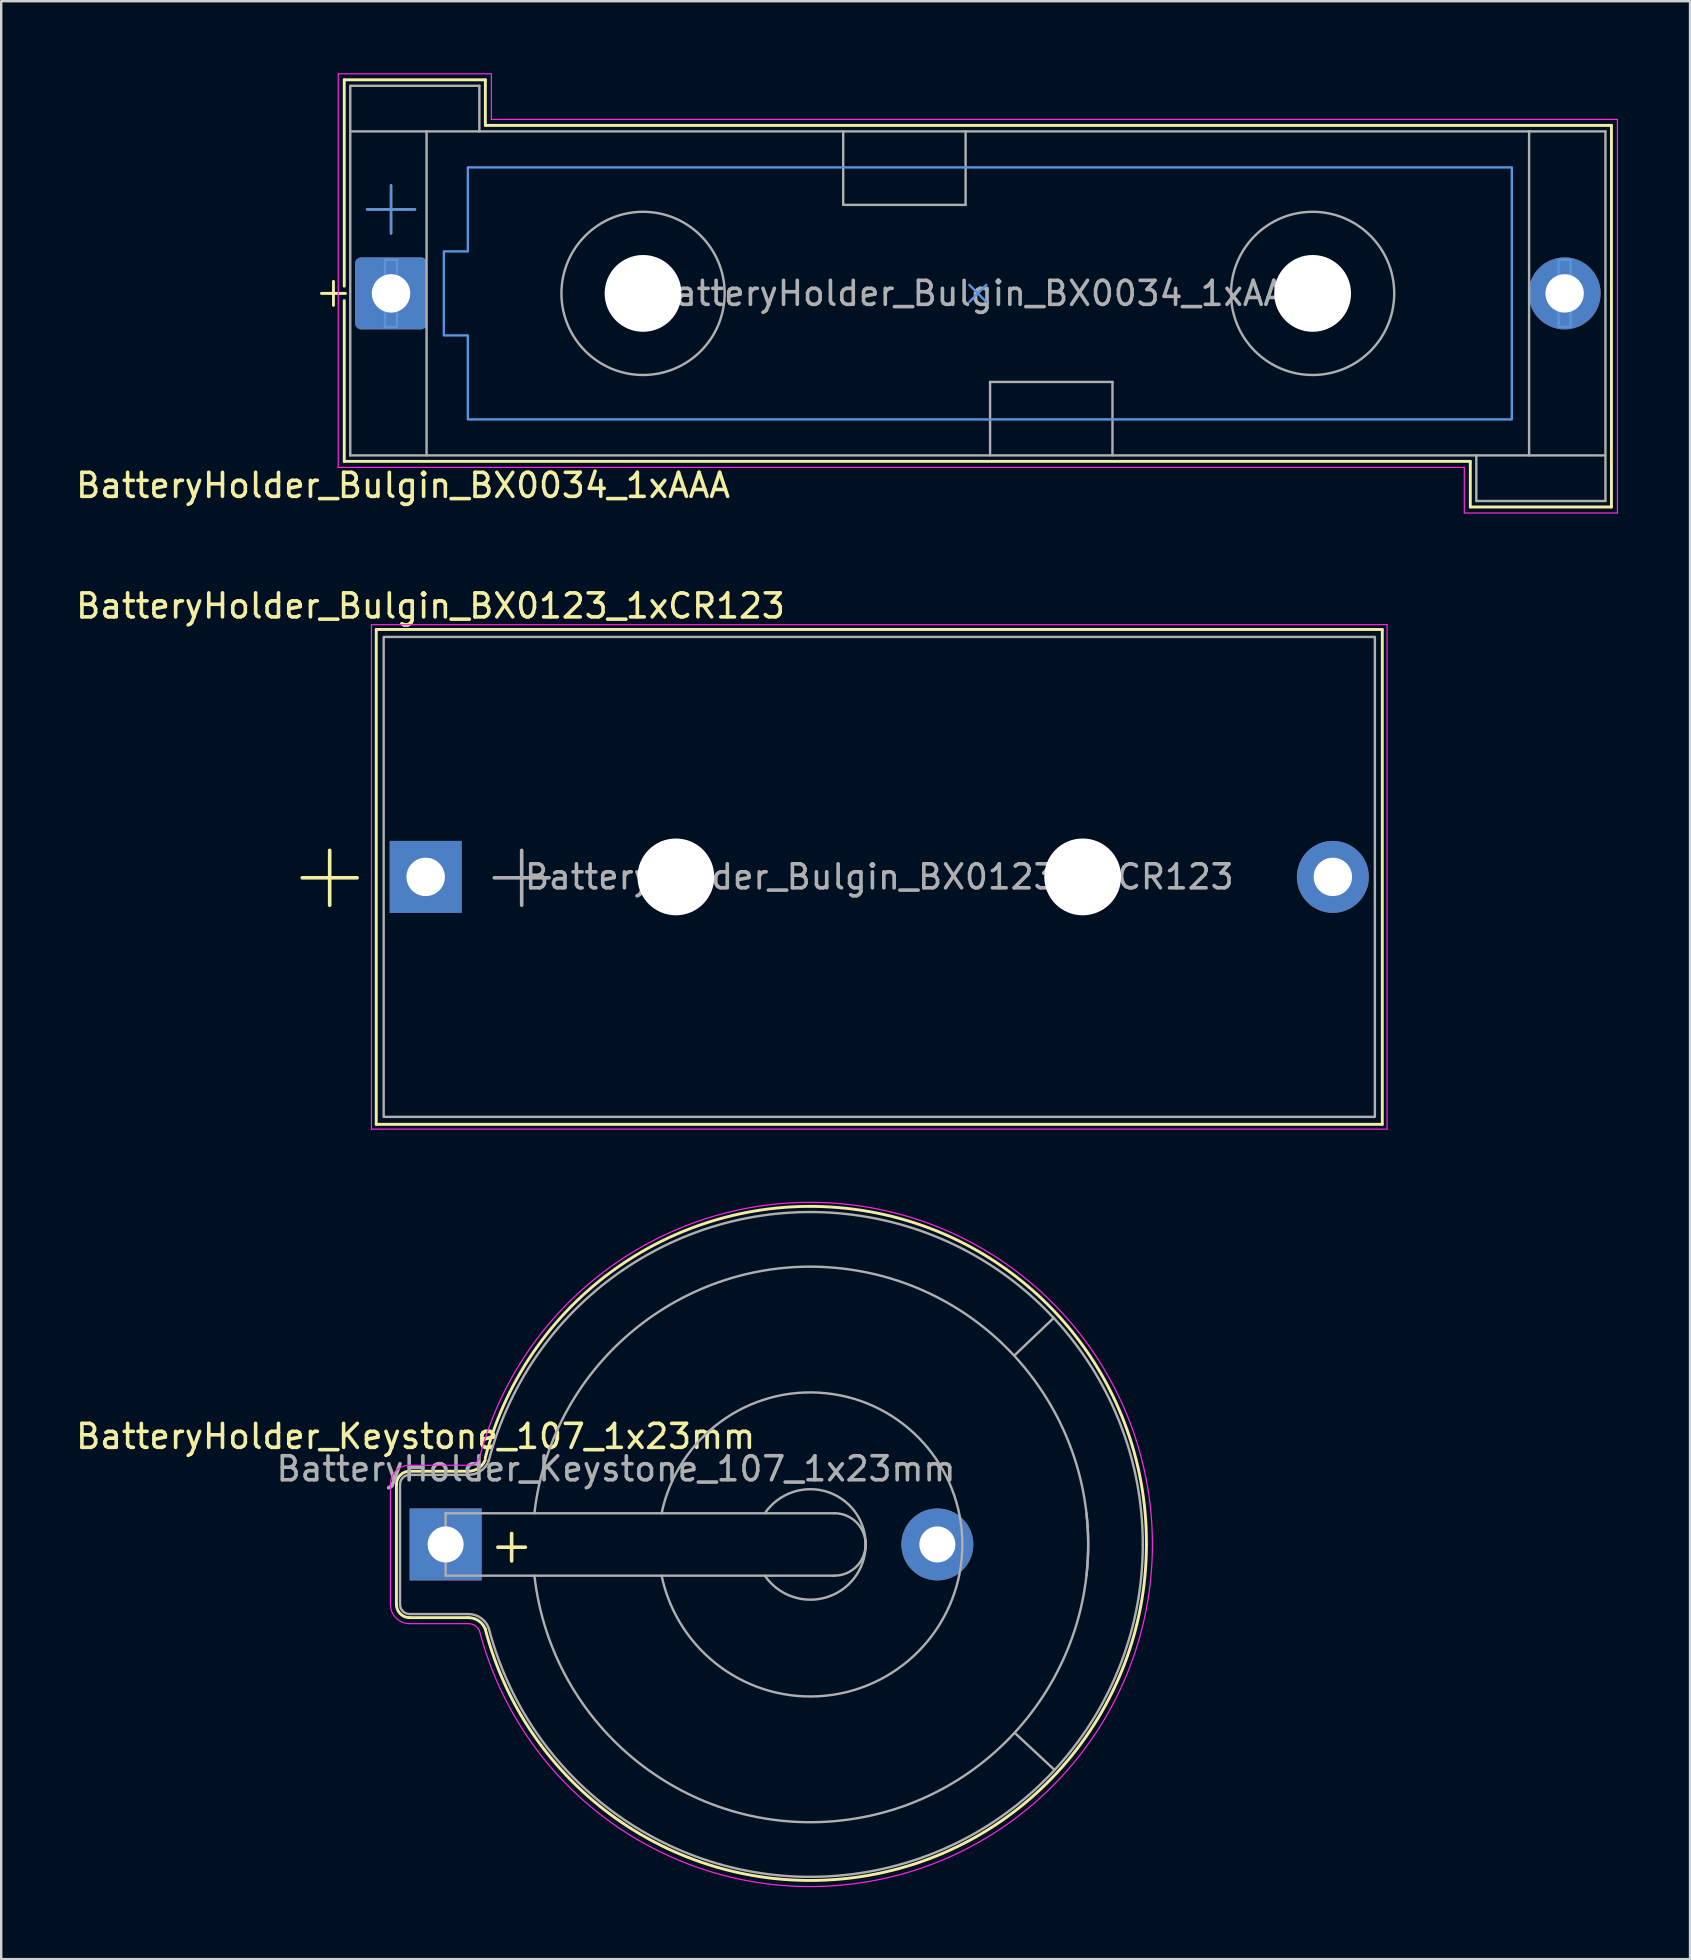
<source format=kicad_pcb>
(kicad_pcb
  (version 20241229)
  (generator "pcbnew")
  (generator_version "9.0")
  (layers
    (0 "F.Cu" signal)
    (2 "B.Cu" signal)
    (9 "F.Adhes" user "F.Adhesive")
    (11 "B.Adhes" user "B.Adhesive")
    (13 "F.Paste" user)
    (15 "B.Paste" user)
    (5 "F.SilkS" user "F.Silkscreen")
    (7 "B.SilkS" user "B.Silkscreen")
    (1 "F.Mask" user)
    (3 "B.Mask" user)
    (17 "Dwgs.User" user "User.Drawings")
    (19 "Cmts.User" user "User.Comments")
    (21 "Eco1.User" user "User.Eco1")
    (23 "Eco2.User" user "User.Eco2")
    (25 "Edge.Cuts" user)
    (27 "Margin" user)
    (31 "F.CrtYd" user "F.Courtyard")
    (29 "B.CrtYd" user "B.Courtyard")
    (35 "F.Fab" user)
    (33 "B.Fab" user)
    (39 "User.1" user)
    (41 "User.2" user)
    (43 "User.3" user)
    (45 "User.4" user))
  (footprint "BatteryHolder_Bulgin_BX0034_1xAAA"
    (layer "F.Cu")
    (at 13.244 9.175)
    (property "Reference" "BatteryHolder_Bulgin_BX0034_1xAAA" (at 0.5 8 0) (layer "F.SilkS") (effects (font (size 1 1) (thickness 0.15))))
    (attr through_hole)
    (fp_line (start -2.4 -0.5) (end -2.4 0.5) (stroke (width 0.12) (type default)) (layer "F.SilkS"))
    (fp_line (start -1.95 -0.3) (end -1.95 -8.9) (stroke (width 0.12) (type default)) (layer "F.SilkS"))
    (fp_line (start -1.95 7) (end -1.95 0.3) (stroke (width 0.12) (type default)) (layer "F.SilkS"))
    (fp_line (start -1.95 7) (end 44.97 7) (stroke (width 0.12) (type default)) (layer "F.SilkS"))
    (fp_line (start -1.9 0) (end -2.9 0) (stroke (width 0.12) (type default)) (layer "F.SilkS"))
    (fp_line (start 3.93 -8.9) (end -1.95 -8.9) (stroke (width 0.12) (type default)) (layer "F.SilkS"))
    (fp_line (start 3.93 -8.9) (end 3.93 -7) (stroke (width 0.12) (type default)) (layer "F.SilkS"))
    (fp_line (start 44.97 8.9) (end 44.97 7) (stroke (width 0.12) (type default)) (layer "F.SilkS"))
    (fp_line (start 44.97 8.9) (end 50.85 8.9) (stroke (width 0.12) (type default)) (layer "F.SilkS"))
    (fp_line (start 50.85 -7) (end 3.93 -7) (stroke (width 0.12) (type default)) (layer "F.SilkS"))
    (fp_line (start 50.85 -7) (end 50.85 8.9) (stroke (width 0.12) (type default)) (layer "F.SilkS"))
    (fp_line (start -1 -3.5) (end 1 -3.5) (stroke (width 0.1) (type default)) (layer "Cmts.User"))
    (fp_line (start 0 -4.5) (end 0 -2.5) (stroke (width 0.1) (type default)) (layer "Cmts.User"))
    (fp_line (start 24.096 -0.354) (end 24.804 0.354) (stroke (width 0.1) (type default)) (layer "Cmts.User"))
    (fp_line (start 24.096 0.354) (end 24.804 -0.354) (stroke (width 0.1) (type solid)) (layer "Cmts.User"))
    (fp_rect (start -0.25 -1.4) (end 0.25 1.4) (stroke (width 0.1) (type default)) (fill no) (layer "Cmts.User"))
    (fp_rect (start 48.65 -1.4) (end 49.15 1.4) (stroke (width 0.1) (type default)) (fill no) (layer "Cmts.User"))
    (fp_poly (pts (xy 46.7 5.25) (xy 46.7 -5.25) (xy 3.2 -5.25) (xy 3.2 -1.75) (xy 2.2 -1.75) (xy 2.2 1.75) (xy 3.2 1.75) (xy 3.2 5.25)) (stroke (width 0.1) (type solid)) (fill no) (layer "Cmts.User"))
    (fp_line (start -2.2 7.25) (end -2.2 -9.15) (stroke (width 0.05) (type solid)) (layer "F.CrtYd"))
    (fp_line (start 4.18 -9.15) (end -2.2 -9.15) (stroke (width 0.05) (type solid)) (layer "F.CrtYd"))
    (fp_line (start 4.18 -7.25) (end 4.18 -9.15) (stroke (width 0.05) (type default)) (layer "F.CrtYd"))
    (fp_line (start 4.18 -7.25) (end 51.1 -7.25) (stroke (width 0.05) (type solid)) (layer "F.CrtYd"))
    (fp_line (start 44.72 7.25) (end -2.2 7.25) (stroke (width 0.05) (type solid)) (layer "F.CrtYd"))
    (fp_line (start 44.72 7.25) (end 44.72 9.15) (stroke (width 0.05) (type default)) (layer "F.CrtYd"))
    (fp_line (start 44.72 9.15) (end 51.1 9.15) (stroke (width 0.05) (type solid)) (layer "F.CrtYd"))
    (fp_line (start 51.1 9.15) (end 51.1 -7.25) (stroke (width 0.05) (type solid)) (layer "F.CrtYd"))
    (fp_line (start -1.7 -8.65) (end 3.68 -8.65) (stroke (width 0.1) (type default)) (layer "F.Fab"))
    (fp_line (start -1.7 -6.75) (end 50.6 -6.75) (stroke (width 0.1) (type default)) (layer "F.Fab"))
    (fp_line (start -1.7 6.75) (end -1.7 -8.65) (stroke (width 0.1) (type default)) (layer "F.Fab"))
    (fp_line (start -1.7 6.75) (end 50.6 6.75) (stroke (width 0.1) (type default)) (layer "F.Fab"))
    (fp_line (start -1 -3.5) (end 1 -3.5) (stroke (width 0.1) (type default)) (layer "F.Fab"))
    (fp_line (start 0 -4.5) (end 0 -2.5) (stroke (width 0.1) (type default)) (layer "F.Fab"))
    (fp_line (start 1.48 6.75) (end 1.48 -6.75) (stroke (width 0.1) (type default)) (layer "F.Fab"))
    (fp_line (start 3.68 -8.65) (end 3.68 -6.75) (stroke (width 0.1) (type default)) (layer "F.Fab"))
    (fp_line (start 18.84 -3.69) (end 18.84 -6.75) (stroke (width 0.1) (type default)) (layer "F.Fab"))
    (fp_line (start 23.94 -6.75) (end 23.94 -3.69) (stroke (width 0.1) (type default)) (layer "F.Fab"))
    (fp_line (start 23.94 -3.69) (end 18.84 -3.69) (stroke (width 0.1) (type default)) (layer "F.Fab"))
    (fp_line (start 24.96 3.69) (end 30.06 3.69) (stroke (width 0.1) (type default)) (layer "F.Fab"))
    (fp_line (start 24.96 6.75) (end 24.96 3.69) (stroke (width 0.1) (type default)) (layer "F.Fab"))
    (fp_line (start 30.06 3.69) (end 30.06 6.75) (stroke (width 0.1) (type default)) (layer "F.Fab"))
    (fp_line (start 45.22 8.65) (end 45.22 6.75) (stroke (width 0.1) (type default)) (layer "F.Fab"))
    (fp_line (start 47.42 -6.75) (end 47.42 6.75) (stroke (width 0.1) (type default)) (layer "F.Fab"))
    (fp_line (start 50.6 8.65) (end 45.22 8.65) (stroke (width 0.1) (type default)) (layer "F.Fab"))
    (fp_line (start 50.6 8.65) (end 50.6 -6.75) (stroke (width 0.1) (type default)) (layer "F.Fab"))
    (fp_circle (center 10.5 0) (end 13.9 0) (stroke (width 0.1) (type default)) (fill no) (layer "F.Fab"))
    (fp_circle (center 38.4 0) (end 41.8 0) (stroke (width 0.1) (type default)) (fill no) (layer "F.Fab"))
    (fp_text user "${REFERENCE}" (at 24.45 0 0) (layer "F.Fab") (effects (font (size 1 1) (thickness 0.15))))
    (pad "" np_thru_hole circle (at 10.5 0) (size 3.2 3.2) (drill 3.2) (layers "*.Cu" "*.Mask"))
    (pad "" np_thru_hole circle (at 38.4 0) (size 3.2 3.2) (drill 3.2) (layers "*.Cu" "*.Mask"))
    (pad "1" thru_hole roundrect (at 0 0) (size 3 3) (drill 1.6) (layers "*.Cu" "*.Mask") (roundrect_rratio 0.083))
    (pad "2" thru_hole circle (at 48.9 0) (size 3 3) (drill 1.6) (layers "*.Cu" "*.Mask")))
  (footprint "BatteryHolder_Keystone_107_1x23mm"
    (layer "F.Cu")
    (at 15.518 61.303)
    (property "Reference" "BatteryHolder_Keystone_107_1x23mm" (at -1.25 -4.5 0) (layer "F.SilkS") (effects (font (size 1 1) (thickness 0.15))))
    (attr through_hole)
    (fp_line (start -2.05 -2.5) (end -2.05 2.5) (stroke (width 0.12) (type solid)) (layer "F.SilkS"))
    (fp_line (start -1.5 3.05) (end 0.95 3.05) (stroke (width 0.12) (type solid)) (layer "F.SilkS"))
    (fp_line (start 0.95 -3.05) (end -1.5 -3.05) (stroke (width 0.12) (type solid)) (layer "F.SilkS"))
    (fp_arc (start -2.05 -2.5) (mid -1.888909 -2.888909) (end -1.5 -3.05) (stroke (width 0.12) (type solid)) (layer "F.SilkS"))
    (fp_arc (start -1.5 3.05) (mid -1.888909 2.888909) (end -2.05 2.5) (stroke (width 0.12) (type solid)) (layer "F.SilkS"))
    (fp_arc (start 0.95 3.05) (mid 1.371574 3.1784) (end 1.65 3.52) (stroke (width 0.12) (type solid)) (layer "F.SilkS"))
    (fp_arc (start 1.65 -3.604769) (mid 17.016593 -13.966381) (end 29.2 0) (stroke (width 0.12) (type solid)) (layer "F.SilkS"))
    (fp_arc (start 1.65 -3.52) (mid 1.371575 -3.1784) (end 0.95 -3.05) (stroke (width 0.12) (type solid)) (layer "F.SilkS"))
    (fp_arc (start 29.2 0) (mid 16.974433 13.886952) (end 1.65 3.52) (stroke (width 0.12) (type solid)) (layer "F.SilkS"))
    (fp_line (start -2.3 -2.5) (end -2.3 2.5) (stroke (width 0.05) (type solid)) (layer "F.CrtYd"))
    (fp_line (start -1.5 3.3) (end 0.95 3.3) (stroke (width 0.05) (type solid)) (layer "F.CrtYd"))
    (fp_line (start 0.95 -3.3) (end -1.5 -3.3) (stroke (width 0.05) (type solid)) (layer "F.CrtYd"))
    (fp_arc (start -2.3 -2.5) (mid -2.065685 -3.065685) (end -1.5 -3.3) (stroke (width 0.05) (type solid)) (layer "F.CrtYd"))
    (fp_arc (start -1.5 3.3) (mid -2.065685 3.065685) (end -2.3 2.5) (stroke (width 0.05) (type solid)) (layer "F.CrtYd"))
    (fp_arc (start 0.95 3.3) (mid 1.22459 3.381628) (end 1.41 3.6) (stroke (width 0.05) (type solid)) (layer "F.CrtYd"))
    (fp_arc (start 1.41 -3.6) (mid 1.224591 -3.381627) (end 0.95 -3.3) (stroke (width 0.05) (type solid)) (layer "F.CrtYd"))
    (fp_arc (start 1.41 -3.6) (mid 17.014123 -14.138563) (end 29.45 0) (stroke (width 0.05) (type solid)) (layer "F.CrtYd"))
    (fp_arc (start 29.45 0) (mid 17.014124 14.138563) (end 1.41 3.6) (stroke (width 0.05) (type solid)) (layer "F.CrtYd"))
    (fp_line (start -1.9 -2.5) (end -1.9 2.5) (stroke (width 0.1) (type solid)) (layer "F.Fab"))
    (fp_line (start -1.5 2.9) (end 0.95 2.9) (stroke (width 0.1) (type solid)) (layer "F.Fab"))
    (fp_line (start 0 -1.3) (end 0 1.3) (stroke (width 0.1) (type solid)) (layer "F.Fab"))
    (fp_line (start 0 1.3) (end 16.2 1.3) (stroke (width 0.1) (type solid)) (layer "F.Fab"))
    (fp_line (start 0.95 -2.9) (end -1.5 -2.9) (stroke (width 0.1) (type solid)) (layer "F.Fab"))
    (fp_line (start 16.2 -1.3) (end 0 -1.3) (stroke (width 0.1) (type solid)) (layer "F.Fab"))
    (fp_line (start 23.711 -7.887) (end 25.339 -9.439) (stroke (width 0.1) (type solid)) (layer "F.Fab"))
    (fp_line (start 23.724 7.861) (end 25.367 9.391) (stroke (width 0.1) (type solid)) (layer "F.Fab"))
    (fp_arc (start -1.9 -2.5) (mid -1.782843 -2.782843) (end -1.5 -2.9) (stroke (width 0.1) (type solid)) (layer "F.Fab"))
    (fp_arc (start -1.5 2.9) (mid -1.782843 2.782843) (end -1.9 2.5) (stroke (width 0.1) (type solid)) (layer "F.Fab"))
    (fp_arc (start 0.95 2.9) (mid 1.470216 3.06511) (end 1.8 3.5) (stroke (width 0.1) (type solid)) (layer "F.Fab"))
    (fp_arc (start 1.8 -3.5) (mid 1.470217 -3.06511) (end 0.95 -2.9) (stroke (width 0.1) (type solid)) (layer "F.Fab"))
    (fp_arc (start 1.8 -3.5) (mid 16.964356 -13.736686) (end 29.049508 0) (stroke (width 0.1) (type solid)) (layer "F.Fab"))
    (fp_arc (start 3.7 -1.3) (mid 16.5 -11.5) (end 26.7 1.3) (stroke (width 0.1) (type solid)) (layer "F.Fab"))
    (fp_arc (start 9 -1.3) (mid 15.851289 -6.300938) (end 21.53 0) (stroke (width 0.1) (type solid)) (layer "F.Fab"))
    (fp_arc (start 13.3 -1.3) (mid 15.963947 -2.171724) (end 17.495448 0.175833) (stroke (width 0.1) (type solid)) (layer "F.Fab"))
    (fp_arc (start 16.2 -1.3) (mid 17.5 0) (end 16.2 1.3) (stroke (width 0.1) (type solid)) (layer "F.Fab"))
    (fp_arc (start 17.495448 -0.175833) (mid 15.963947 2.171724) (end 13.3 1.3) (stroke (width 0.1) (type solid)) (layer "F.Fab"))
    (fp_arc (start 21.53 0) (mid 15.851292 6.300937) (end 9 1.3) (stroke (width 0.1) (type solid)) (layer "F.Fab"))
    (fp_arc (start 26.7 -1.3) (mid 16.5 11.5) (end 3.7 1.3) (stroke (width 0.1) (type solid)) (layer "F.Fab"))
    (fp_arc (start 29.049508 0) (mid 16.964356 13.736685) (end 1.8 3.5) (stroke (width 0.1) (type solid)) (layer "F.Fab"))
    (fp_text user "+" (at 2.75 0 0) (layer "F.SilkS") (effects (font (size 1.5 1.5) (thickness 0.15))))
    (fp_text user "${REFERENCE}" (at 7.1 -3.15 0) (layer "F.Fab") (effects (font (size 1 1) (thickness 0.15))))
    (pad "1" thru_hole rect (at 0 0) (size 3 3) (drill 1.5) (layers "*.Cu" "*.Mask"))
    (pad "2" thru_hole circle (at 20.49 0) (size 3 3) (drill 1.5) (layers "*.Cu" "*.Mask")))
  (footprint "BatteryHolder_Bulgin_BX0123_1xCR123"
    (layer "F.Cu")
    (at 14.687 33.488)
    (property "Reference" "BatteryHolder_Bulgin_BX0123_1xCR123" (at 0.2 -11.29 0) (layer "F.SilkS") (effects (font (size 1 1) (thickness 0.15))))
    (attr through_hole)
    (fp_line (start -2.06 -10.31) (end -2.06 10.31) (stroke (width 0.12) (type solid)) (layer "F.SilkS"))
    (fp_line (start -2.06 -10.31) (end 39.86 -10.31) (stroke (width 0.12) (type solid)) (layer "F.SilkS"))
    (fp_line (start -2.06 10.31) (end 39.86 10.31) (stroke (width 0.12) (type solid)) (layer "F.SilkS"))
    (fp_line (start 39.86 -10.31) (end 39.86 10.31) (stroke (width 0.12) (type solid)) (layer "F.SilkS"))
    (fp_line (start -2.26 -10.51) (end -2.26 10.51) (stroke (width 0.05) (type solid)) (layer "F.CrtYd"))
    (fp_line (start -2.26 10.51) (end 40.06 10.51) (stroke (width 0.05) (type solid)) (layer "F.CrtYd"))
    (fp_line (start 40.06 -10.51) (end -2.26 -10.51) (stroke (width 0.05) (type solid)) (layer "F.CrtYd"))
    (fp_line (start 40.06 10.51) (end 40.06 -10.51) (stroke (width 0.05) (type solid)) (layer "F.CrtYd"))
    (fp_rect (start -1.75 -10) (end 39.55 10) (stroke (width 0.1) (type solid)) (fill no) (layer "F.Fab"))
    (fp_text user "+" (at -4 -0.2 0) (layer "F.SilkS") (effects (font (size 3 3) (thickness 0.15))))
    (fp_text user "${REFERENCE}" (at 18.9 0 0) (layer "F.Fab") (effects (font (size 1 1) (thickness 0.15))))
    (fp_text user "+" (at 4 -0.2 0) (layer "F.Fab") (effects (font (size 3 3) (thickness 0.15))))
    (pad "" np_thru_hole circle (at 10.425 0) (size 3.2 3.2) (drill 3.2) (layers "*.Cu" "*.Mask"))
    (pad "" np_thru_hole circle (at 27.375 0) (size 3.2 3.2) (drill 3.2) (layers "*.Cu" "*.Mask"))
    (pad "1" thru_hole rect (at 0 0) (size 3 3) (drill 1.6) (layers "*.Cu" "*.Mask"))
    (pad "2" thru_hole circle (at 37.8 0) (size 3 3) (drill 1.6) (layers "*.Cu" "*.Mask")))
  (gr_rect
    (start -3 -3)
    (end 67.369 78.582)
    (stroke (width 0.1) (type default))
    (fill no)
    (layer "Edge.Cuts")))
</source>
